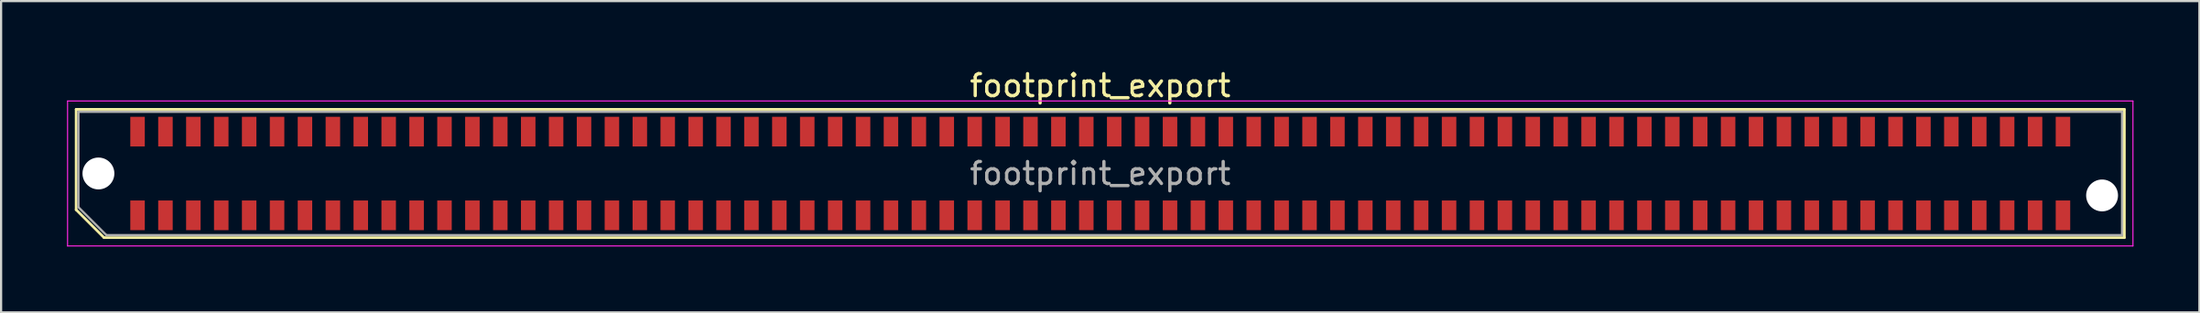
<source format=kicad_pcb>
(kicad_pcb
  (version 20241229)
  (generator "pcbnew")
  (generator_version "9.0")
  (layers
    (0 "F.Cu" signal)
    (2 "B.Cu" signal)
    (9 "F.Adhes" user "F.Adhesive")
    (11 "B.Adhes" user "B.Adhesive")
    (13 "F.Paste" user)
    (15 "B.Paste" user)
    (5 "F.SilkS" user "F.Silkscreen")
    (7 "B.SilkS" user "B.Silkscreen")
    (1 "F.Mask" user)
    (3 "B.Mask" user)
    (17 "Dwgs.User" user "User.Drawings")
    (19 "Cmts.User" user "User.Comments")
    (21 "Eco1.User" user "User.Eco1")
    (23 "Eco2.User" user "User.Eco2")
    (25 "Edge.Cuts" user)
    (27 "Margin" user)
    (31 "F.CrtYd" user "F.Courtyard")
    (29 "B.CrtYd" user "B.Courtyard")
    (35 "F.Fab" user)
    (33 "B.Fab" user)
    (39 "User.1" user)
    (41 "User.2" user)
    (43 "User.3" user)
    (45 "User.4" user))
  (footprint "footprint_export"
    (layer "F.Cu")
    (at 47.025 4.848)
    (property "Reference" "footprint_export" (at 0 -4 0) (layer "F.SilkS") (effects (font (size 1 1) (thickness 0.15))))
    (attr smd)
    (fp_line (start -46.61 -2.92) (end 46.61 -2.92) (stroke (width 0.12) (type solid)) (layer "F.SilkS"))
    (fp_line (start -46.61 1.65) (end -46.61 -2.92) (stroke (width 0.12) (type solid)) (layer "F.SilkS"))
    (fp_line (start -45.34 2.92) (end -46.61 1.65) (stroke (width 0.12) (type solid)) (layer "F.SilkS"))
    (fp_line (start -45.34 2.92) (end 46.61 2.92) (stroke (width 0.12) (type solid)) (layer "F.SilkS"))
    (fp_line (start 46.61 2.92) (end 46.61 -2.92) (stroke (width 0.12) (type solid)) (layer "F.SilkS"))
    (fp_line (start -47 -3.3) (end -47 3.3) (stroke (width 0.05) (type solid)) (layer "F.CrtYd"))
    (fp_line (start -47 3.3) (end 47 3.3) (stroke (width 0.05) (type solid)) (layer "F.CrtYd"))
    (fp_line (start 47 -3.3) (end -47 -3.3) (stroke (width 0.05) (type solid)) (layer "F.CrtYd"))
    (fp_line (start 47 3.3) (end 47 -3.3) (stroke (width 0.05) (type solid)) (layer "F.CrtYd"))
    (fp_line (start -46.505 -2.805) (end 46.505 -2.805) (stroke (width 0.1) (type solid)) (layer "F.Fab"))
    (fp_line (start -46.505 1.535) (end -46.505 -2.805) (stroke (width 0.1) (type solid)) (layer "F.Fab"))
    (fp_line (start -46.505 1.535) (end -45.235 2.805) (stroke (width 0.1) (type solid)) (layer "F.Fab"))
    (fp_line (start -45.235 2.805) (end 46.505 2.805) (stroke (width 0.1) (type solid)) (layer "F.Fab"))
    (fp_line (start 46.505 2.805) (end 46.505 -2.805) (stroke (width 0.1) (type solid)) (layer "F.Fab"))
    (fp_text user "${REFERENCE}" (at 0 0 0) (layer "F.Fab") (effects (font (size 1 1) (thickness 0.15))))
    (pad "" np_thru_hole circle (at -45.595 0) (size 1.45 1.45) (drill 1.45) (layers "*.Cu" "*.Mask"))
    (pad "" np_thru_hole circle (at 45.595 1) (size 1.45 1.45) (drill 1.45) (layers "*.Cu" "*.Mask"))
    (pad "1" smd rect (at -43.815 1.905) (size 0.66 1.35) (layers "F.Cu" "F.Mask" "F.Paste"))
    (pad "2" smd rect (at -43.815 -1.905) (size 0.66 1.35) (layers "F.Cu" "F.Mask" "F.Paste"))
    (pad "3" smd rect (at -42.545 1.905) (size 0.66 1.35) (layers "F.Cu" "F.Mask" "F.Paste"))
    (pad "4" smd rect (at -42.545 -1.905) (size 0.66 1.35) (layers "F.Cu" "F.Mask" "F.Paste"))
    (pad "5" smd rect (at -41.275 1.905) (size 0.66 1.35) (layers "F.Cu" "F.Mask" "F.Paste"))
    (pad "6" smd rect (at -41.275 -1.905) (size 0.66 1.35) (layers "F.Cu" "F.Mask" "F.Paste"))
    (pad "7" smd rect (at -40.005 1.905) (size 0.66 1.35) (layers "F.Cu" "F.Mask" "F.Paste"))
    (pad "8" smd rect (at -40.005 -1.905) (size 0.66 1.35) (layers "F.Cu" "F.Mask" "F.Paste"))
    (pad "9" smd rect (at -38.735 1.905) (size 0.66 1.35) (layers "F.Cu" "F.Mask" "F.Paste"))
    (pad "10" smd rect (at -38.735 -1.905) (size 0.66 1.35) (layers "F.Cu" "F.Mask" "F.Paste"))
    (pad "11" smd rect (at -37.465 1.905) (size 0.66 1.35) (layers "F.Cu" "F.Mask" "F.Paste"))
    (pad "12" smd rect (at -37.465 -1.905) (size 0.66 1.35) (layers "F.Cu" "F.Mask" "F.Paste"))
    (pad "13" smd rect (at -36.195 1.905) (size 0.66 1.35) (layers "F.Cu" "F.Mask" "F.Paste"))
    (pad "14" smd rect (at -36.195 -1.905) (size 0.66 1.35) (layers "F.Cu" "F.Mask" "F.Paste"))
    (pad "15" smd rect (at -34.925 1.905) (size 0.66 1.35) (layers "F.Cu" "F.Mask" "F.Paste"))
    (pad "16" smd rect (at -34.925 -1.905) (size 0.66 1.35) (layers "F.Cu" "F.Mask" "F.Paste"))
    (pad "17" smd rect (at -33.655 1.905) (size 0.66 1.35) (layers "F.Cu" "F.Mask" "F.Paste"))
    (pad "18" smd rect (at -33.655 -1.905) (size 0.66 1.35) (layers "F.Cu" "F.Mask" "F.Paste"))
    (pad "19" smd rect (at -32.385 1.905) (size 0.66 1.35) (layers "F.Cu" "F.Mask" "F.Paste"))
    (pad "20" smd rect (at -32.385 -1.905) (size 0.66 1.35) (layers "F.Cu" "F.Mask" "F.Paste"))
    (pad "21" smd rect (at -31.115 1.905) (size 0.66 1.35) (layers "F.Cu" "F.Mask" "F.Paste"))
    (pad "22" smd rect (at -31.115 -1.905) (size 0.66 1.35) (layers "F.Cu" "F.Mask" "F.Paste"))
    (pad "23" smd rect (at -29.845 1.905) (size 0.66 1.35) (layers "F.Cu" "F.Mask" "F.Paste"))
    (pad "24" smd rect (at -29.845 -1.905) (size 0.66 1.35) (layers "F.Cu" "F.Mask" "F.Paste"))
    (pad "25" smd rect (at -28.575 1.905) (size 0.66 1.35) (layers "F.Cu" "F.Mask" "F.Paste"))
    (pad "26" smd rect (at -28.575 -1.905) (size 0.66 1.35) (layers "F.Cu" "F.Mask" "F.Paste"))
    (pad "27" smd rect (at -27.305 1.905) (size 0.66 1.35) (layers "F.Cu" "F.Mask" "F.Paste"))
    (pad "28" smd rect (at -27.305 -1.905) (size 0.66 1.35) (layers "F.Cu" "F.Mask" "F.Paste"))
    (pad "29" smd rect (at -26.035 1.905) (size 0.66 1.35) (layers "F.Cu" "F.Mask" "F.Paste"))
    (pad "30" smd rect (at -26.035 -1.905) (size 0.66 1.35) (layers "F.Cu" "F.Mask" "F.Paste"))
    (pad "31" smd rect (at -24.765 1.905) (size 0.66 1.35) (layers "F.Cu" "F.Mask" "F.Paste"))
    (pad "32" smd rect (at -24.765 -1.905) (size 0.66 1.35) (layers "F.Cu" "F.Mask" "F.Paste"))
    (pad "33" smd rect (at -23.495 1.905) (size 0.66 1.35) (layers "F.Cu" "F.Mask" "F.Paste"))
    (pad "34" smd rect (at -23.495 -1.905) (size 0.66 1.35) (layers "F.Cu" "F.Mask" "F.Paste"))
    (pad "35" smd rect (at -22.225 1.905) (size 0.66 1.35) (layers "F.Cu" "F.Mask" "F.Paste"))
    (pad "36" smd rect (at -22.225 -1.905) (size 0.66 1.35) (layers "F.Cu" "F.Mask" "F.Paste"))
    (pad "37" smd rect (at -20.955 1.905) (size 0.66 1.35) (layers "F.Cu" "F.Mask" "F.Paste"))
    (pad "38" smd rect (at -20.955 -1.905) (size 0.66 1.35) (layers "F.Cu" "F.Mask" "F.Paste"))
    (pad "39" smd rect (at -19.685 1.905) (size 0.66 1.35) (layers "F.Cu" "F.Mask" "F.Paste"))
    (pad "40" smd rect (at -19.685 -1.905) (size 0.66 1.35) (layers "F.Cu" "F.Mask" "F.Paste"))
    (pad "41" smd rect (at -18.415 1.905) (size 0.66 1.35) (layers "F.Cu" "F.Mask" "F.Paste"))
    (pad "42" smd rect (at -18.415 -1.905) (size 0.66 1.35) (layers "F.Cu" "F.Mask" "F.Paste"))
    (pad "43" smd rect (at -17.145 1.905) (size 0.66 1.35) (layers "F.Cu" "F.Mask" "F.Paste"))
    (pad "44" smd rect (at -17.145 -1.905) (size 0.66 1.35) (layers "F.Cu" "F.Mask" "F.Paste"))
    (pad "45" smd rect (at -15.875 1.905) (size 0.66 1.35) (layers "F.Cu" "F.Mask" "F.Paste"))
    (pad "46" smd rect (at -15.875 -1.905) (size 0.66 1.35) (layers "F.Cu" "F.Mask" "F.Paste"))
    (pad "47" smd rect (at -14.605 1.905) (size 0.66 1.35) (layers "F.Cu" "F.Mask" "F.Paste"))
    (pad "48" smd rect (at -14.605 -1.905) (size 0.66 1.35) (layers "F.Cu" "F.Mask" "F.Paste"))
    (pad "49" smd rect (at -13.335 1.905) (size 0.66 1.35) (layers "F.Cu" "F.Mask" "F.Paste"))
    (pad "50" smd rect (at -13.335 -1.905) (size 0.66 1.35) (layers "F.Cu" "F.Mask" "F.Paste"))
    (pad "51" smd rect (at -12.065 1.905) (size 0.66 1.35) (layers "F.Cu" "F.Mask" "F.Paste"))
    (pad "52" smd rect (at -12.065 -1.905) (size 0.66 1.35) (layers "F.Cu" "F.Mask" "F.Paste"))
    (pad "53" smd rect (at -10.795 1.905) (size 0.66 1.35) (layers "F.Cu" "F.Mask" "F.Paste"))
    (pad "54" smd rect (at -10.795 -1.905) (size 0.66 1.35) (layers "F.Cu" "F.Mask" "F.Paste"))
    (pad "55" smd rect (at -9.525 1.905) (size 0.66 1.35) (layers "F.Cu" "F.Mask" "F.Paste"))
    (pad "56" smd rect (at -9.525 -1.905) (size 0.66 1.35) (layers "F.Cu" "F.Mask" "F.Paste"))
    (pad "57" smd rect (at -8.255 1.905) (size 0.66 1.35) (layers "F.Cu" "F.Mask" "F.Paste"))
    (pad "58" smd rect (at -8.255 -1.905) (size 0.66 1.35) (layers "F.Cu" "F.Mask" "F.Paste"))
    (pad "59" smd rect (at -6.985 1.905) (size 0.66 1.35) (layers "F.Cu" "F.Mask" "F.Paste"))
    (pad "60" smd rect (at -6.985 -1.905) (size 0.66 1.35) (layers "F.Cu" "F.Mask" "F.Paste"))
    (pad "61" smd rect (at -5.715 1.905) (size 0.66 1.35) (layers "F.Cu" "F.Mask" "F.Paste"))
    (pad "62" smd rect (at -5.715 -1.905) (size 0.66 1.35) (layers "F.Cu" "F.Mask" "F.Paste"))
    (pad "63" smd rect (at -4.445 1.905) (size 0.66 1.35) (layers "F.Cu" "F.Mask" "F.Paste"))
    (pad "64" smd rect (at -4.445 -1.905) (size 0.66 1.35) (layers "F.Cu" "F.Mask" "F.Paste"))
    (pad "65" smd rect (at -3.175 1.905) (size 0.66 1.35) (layers "F.Cu" "F.Mask" "F.Paste"))
    (pad "66" smd rect (at -3.175 -1.905) (size 0.66 1.35) (layers "F.Cu" "F.Mask" "F.Paste"))
    (pad "67" smd rect (at -1.905 1.905) (size 0.66 1.35) (layers "F.Cu" "F.Mask" "F.Paste"))
    (pad "68" smd rect (at -1.905 -1.905) (size 0.66 1.35) (layers "F.Cu" "F.Mask" "F.Paste"))
    (pad "69" smd rect (at -0.635 1.905) (size 0.66 1.35) (layers "F.Cu" "F.Mask" "F.Paste"))
    (pad "70" smd rect (at -0.635 -1.905) (size 0.66 1.35) (layers "F.Cu" "F.Mask" "F.Paste"))
    (pad "71" smd rect (at 0.635 1.905) (size 0.66 1.35) (layers "F.Cu" "F.Mask" "F.Paste"))
    (pad "72" smd rect (at 0.635 -1.905) (size 0.66 1.35) (layers "F.Cu" "F.Mask" "F.Paste"))
    (pad "73" smd rect (at 1.905 1.905) (size 0.66 1.35) (layers "F.Cu" "F.Mask" "F.Paste"))
    (pad "74" smd rect (at 1.905 -1.905) (size 0.66 1.35) (layers "F.Cu" "F.Mask" "F.Paste"))
    (pad "75" smd rect (at 3.175 1.905) (size 0.66 1.35) (layers "F.Cu" "F.Mask" "F.Paste"))
    (pad "76" smd rect (at 3.175 -1.905) (size 0.66 1.35) (layers "F.Cu" "F.Mask" "F.Paste"))
    (pad "77" smd rect (at 4.445 1.905) (size 0.66 1.35) (layers "F.Cu" "F.Mask" "F.Paste"))
    (pad "78" smd rect (at 4.445 -1.905) (size 0.66 1.35) (layers "F.Cu" "F.Mask" "F.Paste"))
    (pad "79" smd rect (at 5.715 1.905) (size 0.66 1.35) (layers "F.Cu" "F.Mask" "F.Paste"))
    (pad "80" smd rect (at 5.715 -1.905) (size 0.66 1.35) (layers "F.Cu" "F.Mask" "F.Paste"))
    (pad "81" smd rect (at 6.985 1.905) (size 0.66 1.35) (layers "F.Cu" "F.Mask" "F.Paste"))
    (pad "82" smd rect (at 6.985 -1.905) (size 0.66 1.35) (layers "F.Cu" "F.Mask" "F.Paste"))
    (pad "83" smd rect (at 8.255 1.905) (size 0.66 1.35) (layers "F.Cu" "F.Mask" "F.Paste"))
    (pad "84" smd rect (at 8.255 -1.905) (size 0.66 1.35) (layers "F.Cu" "F.Mask" "F.Paste"))
    (pad "85" smd rect (at 9.525 1.905) (size 0.66 1.35) (layers "F.Cu" "F.Mask" "F.Paste"))
    (pad "86" smd rect (at 9.525 -1.905) (size 0.66 1.35) (layers "F.Cu" "F.Mask" "F.Paste"))
    (pad "87" smd rect (at 10.795 1.905) (size 0.66 1.35) (layers "F.Cu" "F.Mask" "F.Paste"))
    (pad "88" smd rect (at 10.795 -1.905) (size 0.66 1.35) (layers "F.Cu" "F.Mask" "F.Paste"))
    (pad "89" smd rect (at 12.065 1.905) (size 0.66 1.35) (layers "F.Cu" "F.Mask" "F.Paste"))
    (pad "90" smd rect (at 12.065 -1.905) (size 0.66 1.35) (layers "F.Cu" "F.Mask" "F.Paste"))
    (pad "91" smd rect (at 13.335 1.905) (size 0.66 1.35) (layers "F.Cu" "F.Mask" "F.Paste"))
    (pad "92" smd rect (at 13.335 -1.905) (size 0.66 1.35) (layers "F.Cu" "F.Mask" "F.Paste"))
    (pad "93" smd rect (at 14.605 1.905) (size 0.66 1.35) (layers "F.Cu" "F.Mask" "F.Paste"))
    (pad "94" smd rect (at 14.605 -1.905) (size 0.66 1.35) (layers "F.Cu" "F.Mask" "F.Paste"))
    (pad "95" smd rect (at 15.875 1.905) (size 0.66 1.35) (layers "F.Cu" "F.Mask" "F.Paste"))
    (pad "96" smd rect (at 15.875 -1.905) (size 0.66 1.35) (layers "F.Cu" "F.Mask" "F.Paste"))
    (pad "97" smd rect (at 17.145 1.905) (size 0.66 1.35) (layers "F.Cu" "F.Mask" "F.Paste"))
    (pad "98" smd rect (at 17.145 -1.905) (size 0.66 1.35) (layers "F.Cu" "F.Mask" "F.Paste"))
    (pad "99" smd rect (at 18.415 1.905) (size 0.66 1.35) (layers "F.Cu" "F.Mask" "F.Paste"))
    (pad "100" smd rect (at 18.415 -1.905) (size 0.66 1.35) (layers "F.Cu" "F.Mask" "F.Paste"))
    (pad "101" smd rect (at 19.685 1.905) (size 0.66 1.35) (layers "F.Cu" "F.Mask" "F.Paste"))
    (pad "102" smd rect (at 19.685 -1.905) (size 0.66 1.35) (layers "F.Cu" "F.Mask" "F.Paste"))
    (pad "103" smd rect (at 20.955 1.905) (size 0.66 1.35) (layers "F.Cu" "F.Mask" "F.Paste"))
    (pad "104" smd rect (at 20.955 -1.905) (size 0.66 1.35) (layers "F.Cu" "F.Mask" "F.Paste"))
    (pad "105" smd rect (at 22.225 1.905) (size 0.66 1.35) (layers "F.Cu" "F.Mask" "F.Paste"))
    (pad "106" smd rect (at 22.225 -1.905) (size 0.66 1.35) (layers "F.Cu" "F.Mask" "F.Paste"))
    (pad "107" smd rect (at 23.495 1.905) (size 0.66 1.35) (layers "F.Cu" "F.Mask" "F.Paste"))
    (pad "108" smd rect (at 23.495 -1.905) (size 0.66 1.35) (layers "F.Cu" "F.Mask" "F.Paste"))
    (pad "109" smd rect (at 24.765 1.905) (size 0.66 1.35) (layers "F.Cu" "F.Mask" "F.Paste"))
    (pad "110" smd rect (at 24.765 -1.905) (size 0.66 1.35) (layers "F.Cu" "F.Mask" "F.Paste"))
    (pad "111" smd rect (at 26.035 1.905) (size 0.66 1.35) (layers "F.Cu" "F.Mask" "F.Paste"))
    (pad "112" smd rect (at 26.035 -1.905) (size 0.66 1.35) (layers "F.Cu" "F.Mask" "F.Paste"))
    (pad "113" smd rect (at 27.305 1.905) (size 0.66 1.35) (layers "F.Cu" "F.Mask" "F.Paste"))
    (pad "114" smd rect (at 27.305 -1.905) (size 0.66 1.35) (layers "F.Cu" "F.Mask" "F.Paste"))
    (pad "115" smd rect (at 28.575 1.905) (size 0.66 1.35) (layers "F.Cu" "F.Mask" "F.Paste"))
    (pad "116" smd rect (at 28.575 -1.905) (size 0.66 1.35) (layers "F.Cu" "F.Mask" "F.Paste"))
    (pad "117" smd rect (at 29.845 1.905) (size 0.66 1.35) (layers "F.Cu" "F.Mask" "F.Paste"))
    (pad "118" smd rect (at 29.845 -1.905) (size 0.66 1.35) (layers "F.Cu" "F.Mask" "F.Paste"))
    (pad "119" smd rect (at 31.115 1.905) (size 0.66 1.35) (layers "F.Cu" "F.Mask" "F.Paste"))
    (pad "120" smd rect (at 31.115 -1.905) (size 0.66 1.35) (layers "F.Cu" "F.Mask" "F.Paste"))
    (pad "121" smd rect (at 32.385 1.905) (size 0.66 1.35) (layers "F.Cu" "F.Mask" "F.Paste"))
    (pad "122" smd rect (at 32.385 -1.905) (size 0.66 1.35) (layers "F.Cu" "F.Mask" "F.Paste"))
    (pad "123" smd rect (at 33.655 1.905) (size 0.66 1.35) (layers "F.Cu" "F.Mask" "F.Paste"))
    (pad "124" smd rect (at 33.655 -1.905) (size 0.66 1.35) (layers "F.Cu" "F.Mask" "F.Paste"))
    (pad "125" smd rect (at 34.925 1.905) (size 0.66 1.35) (layers "F.Cu" "F.Mask" "F.Paste"))
    (pad "126" smd rect (at 34.925 -1.905) (size 0.66 1.35) (layers "F.Cu" "F.Mask" "F.Paste"))
    (pad "127" smd rect (at 36.195 1.905) (size 0.66 1.35) (layers "F.Cu" "F.Mask" "F.Paste"))
    (pad "128" smd rect (at 36.195 -1.905) (size 0.66 1.35) (layers "F.Cu" "F.Mask" "F.Paste"))
    (pad "129" smd rect (at 37.465 1.905) (size 0.66 1.35) (layers "F.Cu" "F.Mask" "F.Paste"))
    (pad "130" smd rect (at 37.465 -1.905) (size 0.66 1.35) (layers "F.Cu" "F.Mask" "F.Paste"))
    (pad "131" smd rect (at 38.735 1.905) (size 0.66 1.35) (layers "F.Cu" "F.Mask" "F.Paste"))
    (pad "132" smd rect (at 38.735 -1.905) (size 0.66 1.35) (layers "F.Cu" "F.Mask" "F.Paste"))
    (pad "133" smd rect (at 40.005 1.905) (size 0.66 1.35) (layers "F.Cu" "F.Mask" "F.Paste"))
    (pad "134" smd rect (at 40.005 -1.905) (size 0.66 1.35) (layers "F.Cu" "F.Mask" "F.Paste"))
    (pad "135" smd rect (at 41.275 1.905) (size 0.66 1.35) (layers "F.Cu" "F.Mask" "F.Paste"))
    (pad "136" smd rect (at 41.275 -1.905) (size 0.66 1.35) (layers "F.Cu" "F.Mask" "F.Paste"))
    (pad "137" smd rect (at 42.545 1.905) (size 0.66 1.35) (layers "F.Cu" "F.Mask" "F.Paste"))
    (pad "138" smd rect (at 42.545 -1.905) (size 0.66 1.35) (layers "F.Cu" "F.Mask" "F.Paste"))
    (pad "139" smd rect (at 43.815 1.905) (size 0.66 1.35) (layers "F.Cu" "F.Mask" "F.Paste"))
    (pad "140" smd rect (at 43.815 -1.905) (size 0.66 1.35) (layers "F.Cu" "F.Mask" "F.Paste")))
  (gr_rect
    (start -3 -3)
    (end 97.05 11.173)
    (stroke (width 0.1) (type default))
    (fill no)
    (layer "Edge.Cuts")))
</source>
